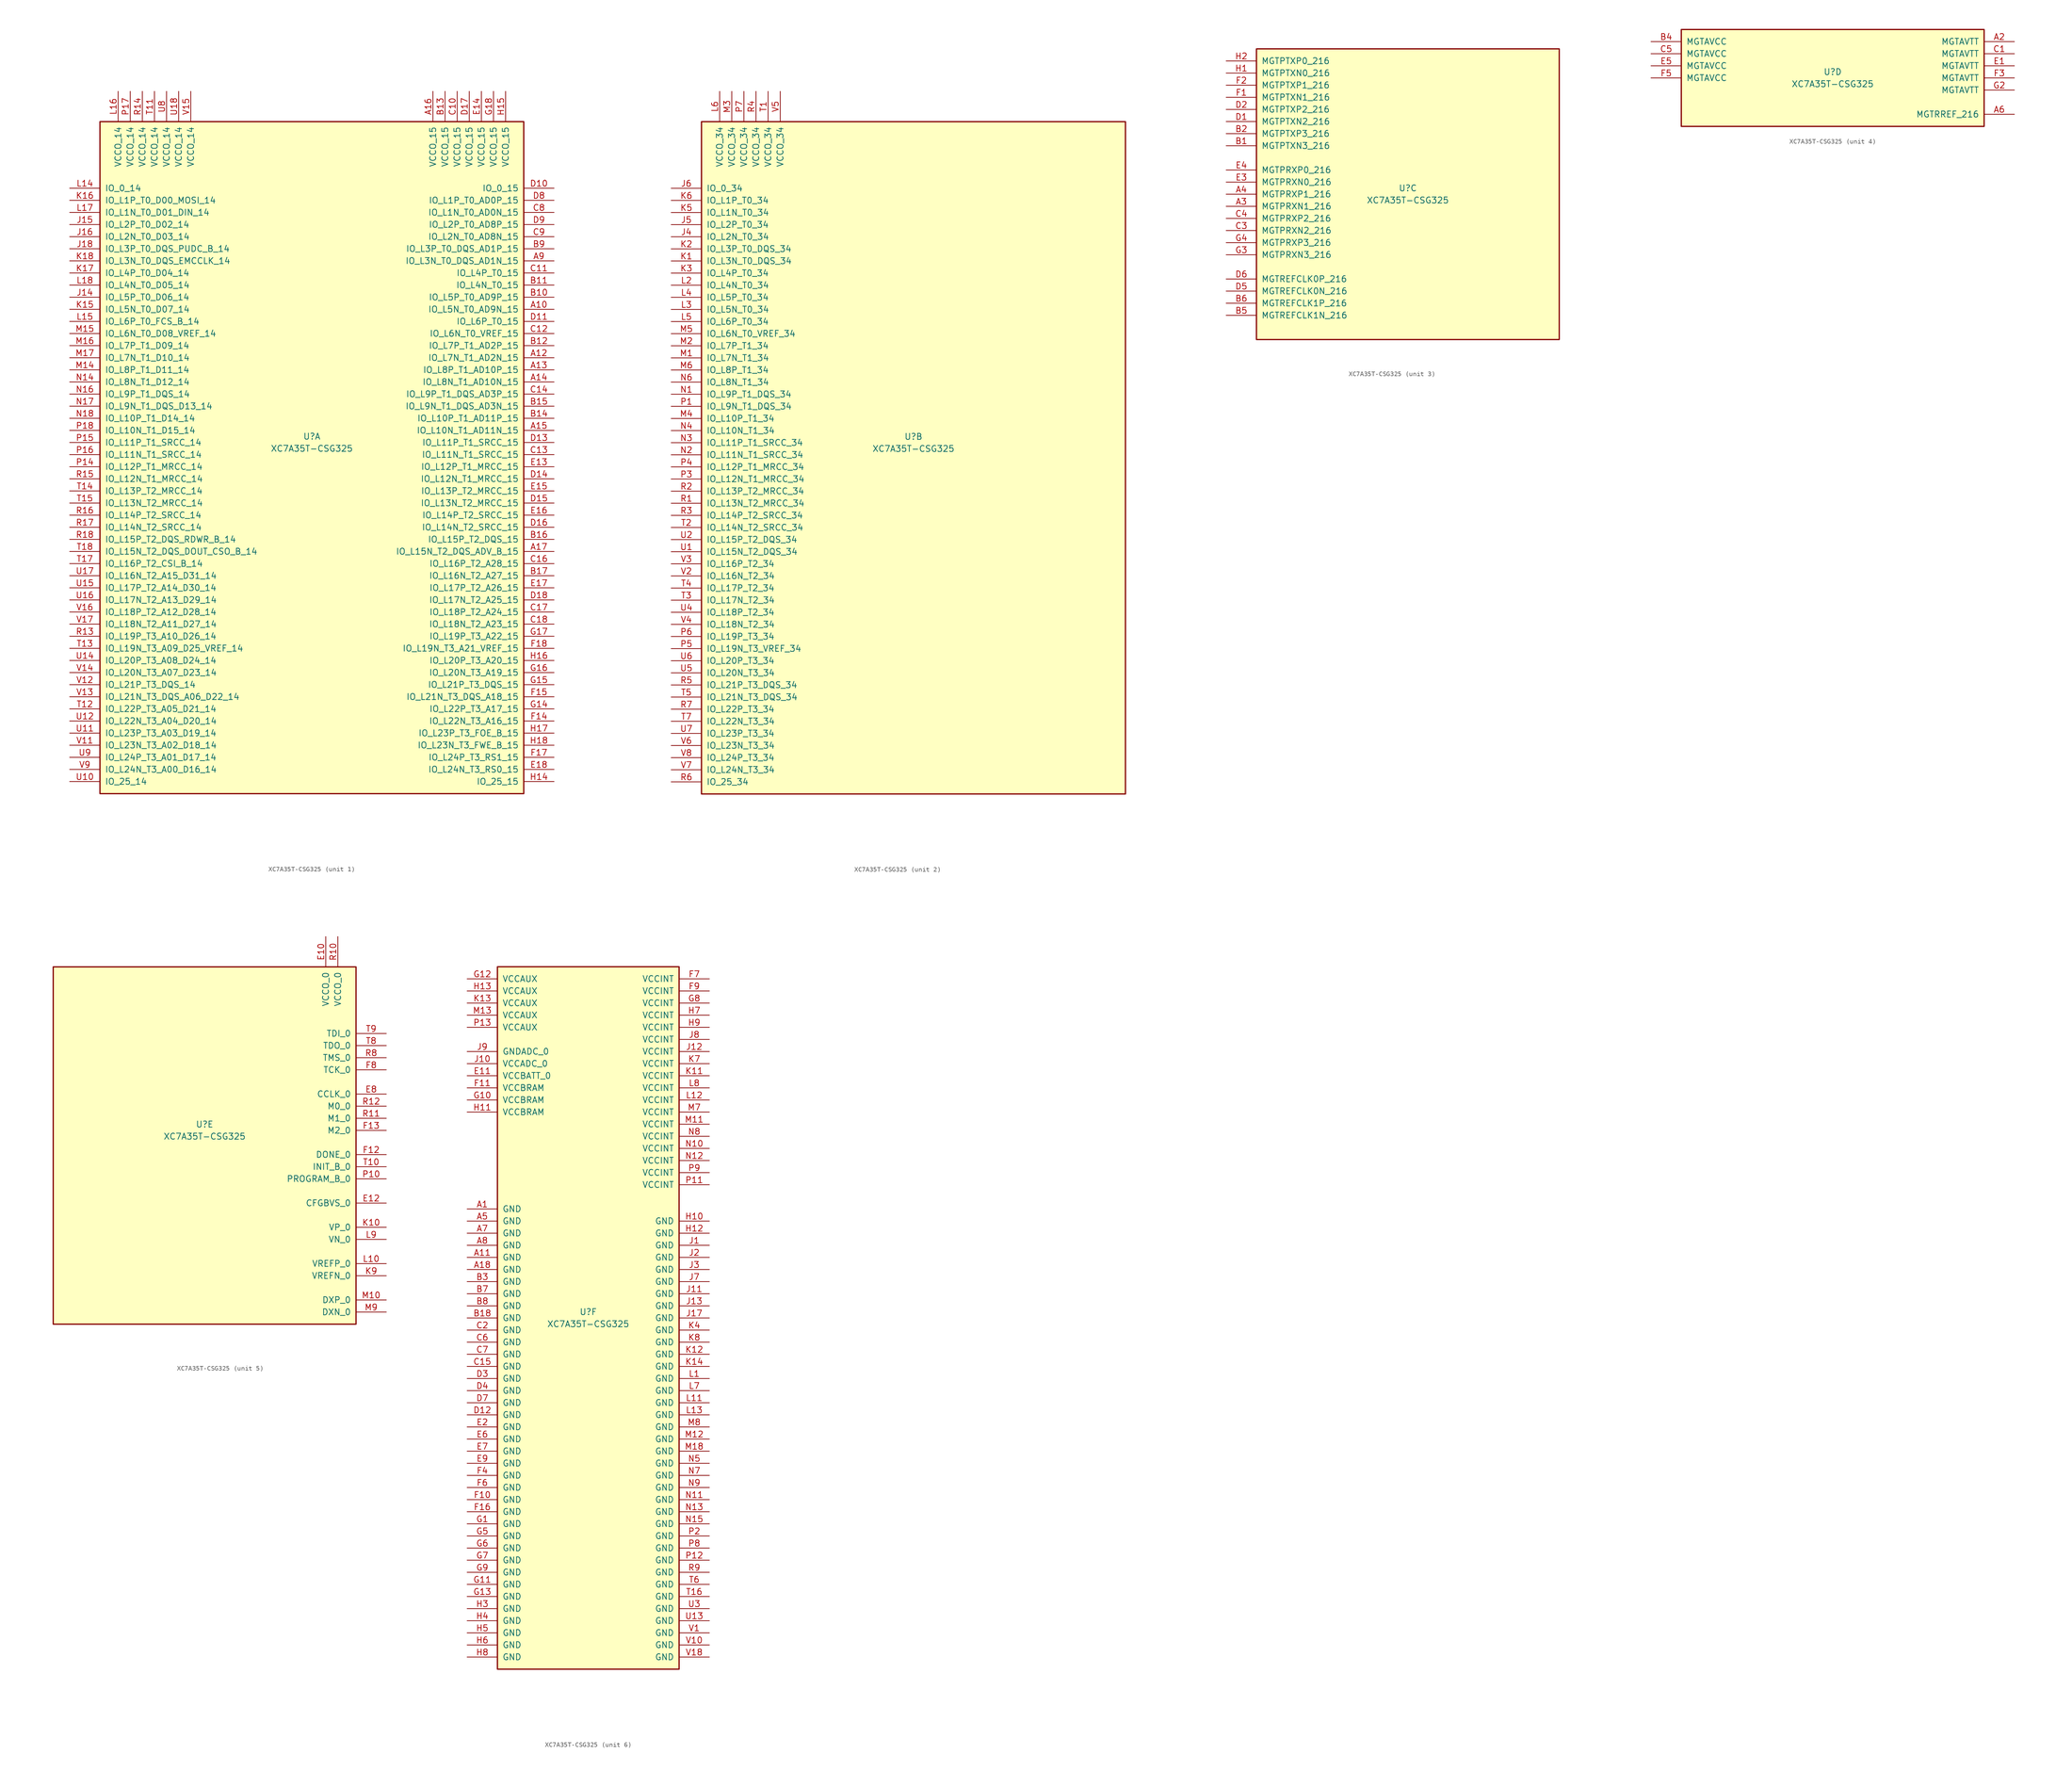
<source format=kicad_sym>
(kicad_symbol_lib
  (version 20201005)
  (generator kicad_symbol_editor)
  (symbol "XC7A35T-CSG325"
    (pin_names
      (offset 1.016))
    (property "Reference" "U"
      (at 0 1.27 0)
      (effects (font (size 1.27 1.27))))
    (property "Value" "XC7A35T-CSG325"
      (at 0 -1.27 0)
      (effects (font (size 1.27 1.27))))
    (property "Datasheet" ""
      (at 0 0 0)
      (effects (font (size 1.27 1.27))))
    (property "ki_locked" ""
      (at 0 0 0)
      (effects (font (size 1.27 1.27))))
    (symbol "XC7A35T-CSG325_1_1"
      (rectangle (start -44.45 67.31) (end 44.45 -73.66) (stroke (width 0.254)) (fill (type background)))
      (pin power_in line (at -40.64 73.66 270) (length 6.35) (name "VCCO_14" (effects (font (size 1.27 1.27)))) (number "L16" (effects (font (size 1.27 1.27)))))
      (pin power_in line (at -38.1 73.66 270) (length 6.35) (name "VCCO_14" (effects (font (size 1.27 1.27)))) (number "P17" (effects (font (size 1.27 1.27)))))
      (pin power_in line (at -35.56 73.66 270) (length 6.35) (name "VCCO_14" (effects (font (size 1.27 1.27)))) (number "R14" (effects (font (size 1.27 1.27)))))
      (pin power_in line (at -33.02 73.66 270) (length 6.35) (name "VCCO_14" (effects (font (size 1.27 1.27)))) (number "T11" (effects (font (size 1.27 1.27)))))
      (pin power_in line (at -30.48 73.66 270) (length 6.35) (name "VCCO_14" (effects (font (size 1.27 1.27)))) (number "U8" (effects (font (size 1.27 1.27)))))
      (pin power_in line (at -27.94 73.66 270) (length 6.35) (name "VCCO_14" (effects (font (size 1.27 1.27)))) (number "U18" (effects (font (size 1.27 1.27)))))
      (pin power_in line (at -25.4 73.66 270) (length 6.35) (name "VCCO_14" (effects (font (size 1.27 1.27)))) (number "V15" (effects (font (size 1.27 1.27)))))
      (pin bidirectional line (at -50.8 53.34 0) (length 6.35) (name "IO_0_14" (effects (font (size 1.27 1.27)))) (number "L14" (effects (font (size 1.27 1.27)))))
      (pin bidirectional line (at -50.8 50.8 0) (length 6.35) (name "IO_L1P_T0_D00_MOSI_14" (effects (font (size 1.27 1.27)))) (number "K16" (effects (font (size 1.27 1.27)))))
      (pin bidirectional line (at -50.8 48.26 0) (length 6.35) (name "IO_L1N_T0_D01_DIN_14" (effects (font (size 1.27 1.27)))) (number "L17" (effects (font (size 1.27 1.27)))))
      (pin bidirectional line (at -50.8 45.72 0) (length 6.35) (name "IO_L2P_T0_D02_14" (effects (font (size 1.27 1.27)))) (number "J15" (effects (font (size 1.27 1.27)))))
      (pin bidirectional line (at -50.8 43.18 0) (length 6.35) (name "IO_L2N_T0_D03_14" (effects (font (size 1.27 1.27)))) (number "J16" (effects (font (size 1.27 1.27)))))
      (pin bidirectional line (at -50.8 40.64 0) (length 6.35) (name "IO_L3P_T0_DQS_PUDC_B_14" (effects (font (size 1.27 1.27)))) (number "J18" (effects (font (size 1.27 1.27)))))
      (pin bidirectional line (at -50.8 38.1 0) (length 6.35) (name "IO_L3N_T0_DQS_EMCCLK_14" (effects (font (size 1.27 1.27)))) (number "K18" (effects (font (size 1.27 1.27)))))
      (pin bidirectional line (at -50.8 35.56 0) (length 6.35) (name "IO_L4P_T0_D04_14" (effects (font (size 1.27 1.27)))) (number "K17" (effects (font (size 1.27 1.27)))))
      (pin bidirectional line (at -50.8 33.02 0) (length 6.35) (name "IO_L4N_T0_D05_14" (effects (font (size 1.27 1.27)))) (number "L18" (effects (font (size 1.27 1.27)))))
      (pin bidirectional line (at -50.8 30.48 0) (length 6.35) (name "IO_L5P_T0_D06_14" (effects (font (size 1.27 1.27)))) (number "J14" (effects (font (size 1.27 1.27)))))
      (pin bidirectional line (at -50.8 27.94 0) (length 6.35) (name "IO_L5N_T0_D07_14" (effects (font (size 1.27 1.27)))) (number "K15" (effects (font (size 1.27 1.27)))))
      (pin bidirectional line (at -50.8 25.4 0) (length 6.35) (name "IO_L6P_T0_FCS_B_14" (effects (font (size 1.27 1.27)))) (number "L15" (effects (font (size 1.27 1.27)))))
      (pin bidirectional line (at -50.8 22.86 0) (length 6.35) (name "IO_L6N_T0_D08_VREF_14" (effects (font (size 1.27 1.27)))) (number "M15" (effects (font (size 1.27 1.27)))))
      (pin bidirectional line (at -50.8 20.32 0) (length 6.35) (name "IO_L7P_T1_D09_14" (effects (font (size 1.27 1.27)))) (number "M16" (effects (font (size 1.27 1.27)))))
      (pin bidirectional line (at -50.8 17.78 0) (length 6.35) (name "IO_L7N_T1_D10_14" (effects (font (size 1.27 1.27)))) (number "M17" (effects (font (size 1.27 1.27)))))
      (pin bidirectional line (at -50.8 15.24 0) (length 6.35) (name "IO_L8P_T1_D11_14" (effects (font (size 1.27 1.27)))) (number "M14" (effects (font (size 1.27 1.27)))))
      (pin bidirectional line (at -50.8 12.7 0) (length 6.35) (name "IO_L8N_T1_D12_14" (effects (font (size 1.27 1.27)))) (number "N14" (effects (font (size 1.27 1.27)))))
      (pin bidirectional line (at -50.8 10.16 0) (length 6.35) (name "IO_L9P_T1_DQS_14" (effects (font (size 1.27 1.27)))) (number "N16" (effects (font (size 1.27 1.27)))))
      (pin bidirectional line (at -50.8 7.62 0) (length 6.35) (name "IO_L9N_T1_DQS_D13_14" (effects (font (size 1.27 1.27)))) (number "N17" (effects (font (size 1.27 1.27)))))
      (pin bidirectional line (at -50.8 5.08 0) (length 6.35) (name "IO_L10P_T1_D14_14" (effects (font (size 1.27 1.27)))) (number "N18" (effects (font (size 1.27 1.27)))))
      (pin bidirectional line (at -50.8 2.54 0) (length 6.35) (name "IO_L10N_T1_D15_14" (effects (font (size 1.27 1.27)))) (number "P18" (effects (font (size 1.27 1.27)))))
      (pin bidirectional line (at -50.8 0 0) (length 6.35) (name "IO_L11P_T1_SRCC_14" (effects (font (size 1.27 1.27)))) (number "P15" (effects (font (size 1.27 1.27)))))
      (pin bidirectional line (at -50.8 -2.54 0) (length 6.35) (name "IO_L11N_T1_SRCC_14" (effects (font (size 1.27 1.27)))) (number "P16" (effects (font (size 1.27 1.27)))))
      (pin bidirectional line (at -50.8 -5.08 0) (length 6.35) (name "IO_L12P_T1_MRCC_14" (effects (font (size 1.27 1.27)))) (number "P14" (effects (font (size 1.27 1.27)))))
      (pin bidirectional line (at -50.8 -7.62 0) (length 6.35) (name "IO_L12N_T1_MRCC_14" (effects (font (size 1.27 1.27)))) (number "R15" (effects (font (size 1.27 1.27)))))
      (pin bidirectional line (at -50.8 -10.16 0) (length 6.35) (name "IO_L13P_T2_MRCC_14" (effects (font (size 1.27 1.27)))) (number "T14" (effects (font (size 1.27 1.27)))))
      (pin bidirectional line (at -50.8 -12.7 0) (length 6.35) (name "IO_L13N_T2_MRCC_14" (effects (font (size 1.27 1.27)))) (number "T15" (effects (font (size 1.27 1.27)))))
      (pin bidirectional line (at -50.8 -15.24 0) (length 6.35) (name "IO_L14P_T2_SRCC_14" (effects (font (size 1.27 1.27)))) (number "R16" (effects (font (size 1.27 1.27)))))
      (pin bidirectional line (at -50.8 -17.78 0) (length 6.35) (name "IO_L14N_T2_SRCC_14" (effects (font (size 1.27 1.27)))) (number "R17" (effects (font (size 1.27 1.27)))))
      (pin bidirectional line (at -50.8 -20.32 0) (length 6.35) (name "IO_L15P_T2_DQS_RDWR_B_14" (effects (font (size 1.27 1.27)))) (number "R18" (effects (font (size 1.27 1.27)))))
      (pin bidirectional line (at -50.8 -22.86 0) (length 6.35) (name "IO_L15N_T2_DQS_DOUT_CSO_B_14" (effects (font (size 1.27 1.27)))) (number "T18" (effects (font (size 1.27 1.27)))))
      (pin bidirectional line (at -50.8 -25.4 0) (length 6.35) (name "IO_L16P_T2_CSI_B_14" (effects (font (size 1.27 1.27)))) (number "T17" (effects (font (size 1.27 1.27)))))
      (pin bidirectional line (at -50.8 -27.94 0) (length 6.35) (name "IO_L16N_T2_A15_D31_14" (effects (font (size 1.27 1.27)))) (number "U17" (effects (font (size 1.27 1.27)))))
      (pin bidirectional line (at -50.8 -30.48 0) (length 6.35) (name "IO_L17P_T2_A14_D30_14" (effects (font (size 1.27 1.27)))) (number "U15" (effects (font (size 1.27 1.27)))))
      (pin bidirectional line (at -50.8 -33.02 0) (length 6.35) (name "IO_L17N_T2_A13_D29_14" (effects (font (size 1.27 1.27)))) (number "U16" (effects (font (size 1.27 1.27)))))
      (pin bidirectional line (at -50.8 -35.56 0) (length 6.35) (name "IO_L18P_T2_A12_D28_14" (effects (font (size 1.27 1.27)))) (number "V16" (effects (font (size 1.27 1.27)))))
      (pin bidirectional line (at -50.8 -38.1 0) (length 6.35) (name "IO_L18N_T2_A11_D27_14" (effects (font (size 1.27 1.27)))) (number "V17" (effects (font (size 1.27 1.27)))))
      (pin bidirectional line (at -50.8 -40.64 0) (length 6.35) (name "IO_L19P_T3_A10_D26_14" (effects (font (size 1.27 1.27)))) (number "R13" (effects (font (size 1.27 1.27)))))
      (pin bidirectional line (at -50.8 -43.18 0) (length 6.35) (name "IO_L19N_T3_A09_D25_VREF_14" (effects (font (size 1.27 1.27)))) (number "T13" (effects (font (size 1.27 1.27)))))
      (pin bidirectional line (at -50.8 -45.72 0) (length 6.35) (name "IO_L20P_T3_A08_D24_14" (effects (font (size 1.27 1.27)))) (number "U14" (effects (font (size 1.27 1.27)))))
      (pin bidirectional line (at -50.8 -48.26 0) (length 6.35) (name "IO_L20N_T3_A07_D23_14" (effects (font (size 1.27 1.27)))) (number "V14" (effects (font (size 1.27 1.27)))))
      (pin bidirectional line (at -50.8 -50.8 0) (length 6.35) (name "IO_L21P_T3_DQS_14" (effects (font (size 1.27 1.27)))) (number "V12" (effects (font (size 1.27 1.27)))))
      (pin bidirectional line (at -50.8 -53.34 0) (length 6.35) (name "IO_L21N_T3_DQS_A06_D22_14" (effects (font (size 1.27 1.27)))) (number "V13" (effects (font (size 1.27 1.27)))))
      (pin bidirectional line (at -50.8 -55.88 0) (length 6.35) (name "IO_L22P_T3_A05_D21_14" (effects (font (size 1.27 1.27)))) (number "T12" (effects (font (size 1.27 1.27)))))
      (pin bidirectional line (at -50.8 -58.42 0) (length 6.35) (name "IO_L22N_T3_A04_D20_14" (effects (font (size 1.27 1.27)))) (number "U12" (effects (font (size 1.27 1.27)))))
      (pin bidirectional line (at -50.8 -60.96 0) (length 6.35) (name "IO_L23P_T3_A03_D19_14" (effects (font (size 1.27 1.27)))) (number "U11" (effects (font (size 1.27 1.27)))))
      (pin bidirectional line (at -50.8 -63.5 0) (length 6.35) (name "IO_L23N_T3_A02_D18_14" (effects (font (size 1.27 1.27)))) (number "V11" (effects (font (size 1.27 1.27)))))
      (pin bidirectional line (at -50.8 -66.04 0) (length 6.35) (name "IO_L24P_T3_A01_D17_14" (effects (font (size 1.27 1.27)))) (number "U9" (effects (font (size 1.27 1.27)))))
      (pin bidirectional line (at -50.8 -68.58 0) (length 6.35) (name "IO_L24N_T3_A00_D16_14" (effects (font (size 1.27 1.27)))) (number "V9" (effects (font (size 1.27 1.27)))))
      (pin bidirectional line (at -50.8 -71.12 0) (length 6.35) (name "IO_25_14" (effects (font (size 1.27 1.27)))) (number "U10" (effects (font (size 1.27 1.27)))))
      (pin power_in line (at 25.4 73.66 270) (length 6.35) (name "VCCO_15" (effects (font (size 1.27 1.27)))) (number "A16" (effects (font (size 1.27 1.27)))))
      (pin power_in line (at 27.94 73.66 270) (length 6.35) (name "VCCO_15" (effects (font (size 1.27 1.27)))) (number "B13" (effects (font (size 1.27 1.27)))))
      (pin power_in line (at 30.48 73.66 270) (length 6.35) (name "VCCO_15" (effects (font (size 1.27 1.27)))) (number "C10" (effects (font (size 1.27 1.27)))))
      (pin power_in line (at 33.02 73.66 270) (length 6.35) (name "VCCO_15" (effects (font (size 1.27 1.27)))) (number "D17" (effects (font (size 1.27 1.27)))))
      (pin power_in line (at 35.56 73.66 270) (length 6.35) (name "VCCO_15" (effects (font (size 1.27 1.27)))) (number "E14" (effects (font (size 1.27 1.27)))))
      (pin power_in line (at 38.1 73.66 270) (length 6.35) (name "VCCO_15" (effects (font (size 1.27 1.27)))) (number "G18" (effects (font (size 1.27 1.27)))))
      (pin power_in line (at 40.64 73.66 270) (length 6.35) (name "VCCO_15" (effects (font (size 1.27 1.27)))) (number "H15" (effects (font (size 1.27 1.27)))))
      (pin bidirectional line (at 50.8 53.34 180) (length 6.35) (name "IO_0_15" (effects (font (size 1.27 1.27)))) (number "D10" (effects (font (size 1.27 1.27)))))
      (pin bidirectional line (at 50.8 50.8 180) (length 6.35) (name "IO_L1P_T0_AD0P_15" (effects (font (size 1.27 1.27)))) (number "D8" (effects (font (size 1.27 1.27)))))
      (pin bidirectional line (at 50.8 48.26 180) (length 6.35) (name "IO_L1N_T0_AD0N_15" (effects (font (size 1.27 1.27)))) (number "C8" (effects (font (size 1.27 1.27)))))
      (pin bidirectional line (at 50.8 45.72 180) (length 6.35) (name "IO_L2P_T0_AD8P_15" (effects (font (size 1.27 1.27)))) (number "D9" (effects (font (size 1.27 1.27)))))
      (pin bidirectional line (at 50.8 43.18 180) (length 6.35) (name "IO_L2N_T0_AD8N_15" (effects (font (size 1.27 1.27)))) (number "C9" (effects (font (size 1.27 1.27)))))
      (pin bidirectional line (at 50.8 40.64 180) (length 6.35) (name "IO_L3P_T0_DQS_AD1P_15" (effects (font (size 1.27 1.27)))) (number "B9" (effects (font (size 1.27 1.27)))))
      (pin bidirectional line (at 50.8 38.1 180) (length 6.35) (name "IO_L3N_T0_DQS_AD1N_15" (effects (font (size 1.27 1.27)))) (number "A9" (effects (font (size 1.27 1.27)))))
      (pin bidirectional line (at 50.8 35.56 180) (length 6.35) (name "IO_L4P_T0_15" (effects (font (size 1.27 1.27)))) (number "C11" (effects (font (size 1.27 1.27)))))
      (pin bidirectional line (at 50.8 33.02 180) (length 6.35) (name "IO_L4N_T0_15" (effects (font (size 1.27 1.27)))) (number "B11" (effects (font (size 1.27 1.27)))))
      (pin bidirectional line (at 50.8 30.48 180) (length 6.35) (name "IO_L5P_T0_AD9P_15" (effects (font (size 1.27 1.27)))) (number "B10" (effects (font (size 1.27 1.27)))))
      (pin bidirectional line (at 50.8 27.94 180) (length 6.35) (name "IO_L5N_T0_AD9N_15" (effects (font (size 1.27 1.27)))) (number "A10" (effects (font (size 1.27 1.27)))))
      (pin bidirectional line (at 50.8 25.4 180) (length 6.35) (name "IO_L6P_T0_15" (effects (font (size 1.27 1.27)))) (number "D11" (effects (font (size 1.27 1.27)))))
      (pin bidirectional line (at 50.8 22.86 180) (length 6.35) (name "IO_L6N_T0_VREF_15" (effects (font (size 1.27 1.27)))) (number "C12" (effects (font (size 1.27 1.27)))))
      (pin bidirectional line (at 50.8 20.32 180) (length 6.35) (name "IO_L7P_T1_AD2P_15" (effects (font (size 1.27 1.27)))) (number "B12" (effects (font (size 1.27 1.27)))))
      (pin bidirectional line (at 50.8 17.78 180) (length 6.35) (name "IO_L7N_T1_AD2N_15" (effects (font (size 1.27 1.27)))) (number "A12" (effects (font (size 1.27 1.27)))))
      (pin bidirectional line (at 50.8 15.24 180) (length 6.35) (name "IO_L8P_T1_AD10P_15" (effects (font (size 1.27 1.27)))) (number "A13" (effects (font (size 1.27 1.27)))))
      (pin bidirectional line (at 50.8 12.7 180) (length 6.35) (name "IO_L8N_T1_AD10N_15" (effects (font (size 1.27 1.27)))) (number "A14" (effects (font (size 1.27 1.27)))))
      (pin bidirectional line (at 50.8 10.16 180) (length 6.35) (name "IO_L9P_T1_DQS_AD3P_15" (effects (font (size 1.27 1.27)))) (number "C14" (effects (font (size 1.27 1.27)))))
      (pin bidirectional line (at 50.8 7.62 180) (length 6.35) (name "IO_L9N_T1_DQS_AD3N_15" (effects (font (size 1.27 1.27)))) (number "B15" (effects (font (size 1.27 1.27)))))
      (pin bidirectional line (at 50.8 5.08 180) (length 6.35) (name "IO_L10P_T1_AD11P_15" (effects (font (size 1.27 1.27)))) (number "B14" (effects (font (size 1.27 1.27)))))
      (pin bidirectional line (at 50.8 2.54 180) (length 6.35) (name "IO_L10N_T1_AD11N_15" (effects (font (size 1.27 1.27)))) (number "A15" (effects (font (size 1.27 1.27)))))
      (pin bidirectional line (at 50.8 0 180) (length 6.35) (name "IO_L11P_T1_SRCC_15" (effects (font (size 1.27 1.27)))) (number "D13" (effects (font (size 1.27 1.27)))))
      (pin bidirectional line (at 50.8 -2.54 180) (length 6.35) (name "IO_L11N_T1_SRCC_15" (effects (font (size 1.27 1.27)))) (number "C13" (effects (font (size 1.27 1.27)))))
      (pin bidirectional line (at 50.8 -5.08 180) (length 6.35) (name "IO_L12P_T1_MRCC_15" (effects (font (size 1.27 1.27)))) (number "E13" (effects (font (size 1.27 1.27)))))
      (pin bidirectional line (at 50.8 -7.62 180) (length 6.35) (name "IO_L12N_T1_MRCC_15" (effects (font (size 1.27 1.27)))) (number "D14" (effects (font (size 1.27 1.27)))))
      (pin bidirectional line (at 50.8 -10.16 180) (length 6.35) (name "IO_L13P_T2_MRCC_15" (effects (font (size 1.27 1.27)))) (number "E15" (effects (font (size 1.27 1.27)))))
      (pin bidirectional line (at 50.8 -12.7 180) (length 6.35) (name "IO_L13N_T2_MRCC_15" (effects (font (size 1.27 1.27)))) (number "D15" (effects (font (size 1.27 1.27)))))
      (pin bidirectional line (at 50.8 -15.24 180) (length 6.35) (name "IO_L14P_T2_SRCC_15" (effects (font (size 1.27 1.27)))) (number "E16" (effects (font (size 1.27 1.27)))))
      (pin bidirectional line (at 50.8 -17.78 180) (length 6.35) (name "IO_L14N_T2_SRCC_15" (effects (font (size 1.27 1.27)))) (number "D16" (effects (font (size 1.27 1.27)))))
      (pin bidirectional line (at 50.8 -20.32 180) (length 6.35) (name "IO_L15P_T2_DQS_15" (effects (font (size 1.27 1.27)))) (number "B16" (effects (font (size 1.27 1.27)))))
      (pin bidirectional line (at 50.8 -22.86 180) (length 6.35) (name "IO_L15N_T2_DQS_ADV_B_15" (effects (font (size 1.27 1.27)))) (number "A17" (effects (font (size 1.27 1.27)))))
      (pin bidirectional line (at 50.8 -25.4 180) (length 6.35) (name "IO_L16P_T2_A28_15" (effects (font (size 1.27 1.27)))) (number "C16" (effects (font (size 1.27 1.27)))))
      (pin bidirectional line (at 50.8 -27.94 180) (length 6.35) (name "IO_L16N_T2_A27_15" (effects (font (size 1.27 1.27)))) (number "B17" (effects (font (size 1.27 1.27)))))
      (pin bidirectional line (at 50.8 -30.48 180) (length 6.35) (name "IO_L17P_T2_A26_15" (effects (font (size 1.27 1.27)))) (number "E17" (effects (font (size 1.27 1.27)))))
      (pin bidirectional line (at 50.8 -33.02 180) (length 6.35) (name "IO_L17N_T2_A25_15" (effects (font (size 1.27 1.27)))) (number "D18" (effects (font (size 1.27 1.27)))))
      (pin bidirectional line (at 50.8 -35.56 180) (length 6.35) (name "IO_L18P_T2_A24_15" (effects (font (size 1.27 1.27)))) (number "C17" (effects (font (size 1.27 1.27)))))
      (pin bidirectional line (at 50.8 -38.1 180) (length 6.35) (name "IO_L18N_T2_A23_15" (effects (font (size 1.27 1.27)))) (number "C18" (effects (font (size 1.27 1.27)))))
      (pin bidirectional line (at 50.8 -40.64 180) (length 6.35) (name "IO_L19P_T3_A22_15" (effects (font (size 1.27 1.27)))) (number "G17" (effects (font (size 1.27 1.27)))))
      (pin bidirectional line (at 50.8 -43.18 180) (length 6.35) (name "IO_L19N_T3_A21_VREF_15" (effects (font (size 1.27 1.27)))) (number "F18" (effects (font (size 1.27 1.27)))))
      (pin bidirectional line (at 50.8 -45.72 180) (length 6.35) (name "IO_L20P_T3_A20_15" (effects (font (size 1.27 1.27)))) (number "H16" (effects (font (size 1.27 1.27)))))
      (pin bidirectional line (at 50.8 -48.26 180) (length 6.35) (name "IO_L20N_T3_A19_15" (effects (font (size 1.27 1.27)))) (number "G16" (effects (font (size 1.27 1.27)))))
      (pin bidirectional line (at 50.8 -50.8 180) (length 6.35) (name "IO_L21P_T3_DQS_15" (effects (font (size 1.27 1.27)))) (number "G15" (effects (font (size 1.27 1.27)))))
      (pin bidirectional line (at 50.8 -53.34 180) (length 6.35) (name "IO_L21N_T3_DQS_A18_15" (effects (font (size 1.27 1.27)))) (number "F15" (effects (font (size 1.27 1.27)))))
      (pin bidirectional line (at 50.8 -55.88 180) (length 6.35) (name "IO_L22P_T3_A17_15" (effects (font (size 1.27 1.27)))) (number "G14" (effects (font (size 1.27 1.27)))))
      (pin bidirectional line (at 50.8 -58.42 180) (length 6.35) (name "IO_L22N_T3_A16_15" (effects (font (size 1.27 1.27)))) (number "F14" (effects (font (size 1.27 1.27)))))
      (pin bidirectional line (at 50.8 -60.96 180) (length 6.35) (name "IO_L23P_T3_FOE_B_15" (effects (font (size 1.27 1.27)))) (number "H17" (effects (font (size 1.27 1.27)))))
      (pin bidirectional line (at 50.8 -63.5 180) (length 6.35) (name "IO_L23N_T3_FWE_B_15" (effects (font (size 1.27 1.27)))) (number "H18" (effects (font (size 1.27 1.27)))))
      (pin bidirectional line (at 50.8 -66.04 180) (length 6.35) (name "IO_L24P_T3_RS1_15" (effects (font (size 1.27 1.27)))) (number "F17" (effects (font (size 1.27 1.27)))))
      (pin bidirectional line (at 50.8 -68.58 180) (length 6.35) (name "IO_L24N_T3_RS0_15" (effects (font (size 1.27 1.27)))) (number "E18" (effects (font (size 1.27 1.27)))))
      (pin bidirectional line (at 50.8 -71.12 180) (length 6.35) (name "IO_25_15" (effects (font (size 1.27 1.27)))) (number "H14" (effects (font (size 1.27 1.27))))))
    (symbol "XC7A35T-CSG325_2_1"
      (rectangle (start -44.45 67.31) (end 44.45 -73.66) (stroke (width 0.254)) (fill (type background)))
      (pin power_in line (at -40.64 73.66 270) (length 6.35) (name "VCCO_34" (effects (font (size 1.27 1.27)))) (number "L6" (effects (font (size 1.27 1.27)))))
      (pin power_in line (at -38.1 73.66 270) (length 6.35) (name "VCCO_34" (effects (font (size 1.27 1.27)))) (number "M3" (effects (font (size 1.27 1.27)))))
      (pin power_in line (at -35.56 73.66 270) (length 6.35) (name "VCCO_34" (effects (font (size 1.27 1.27)))) (number "P7" (effects (font (size 1.27 1.27)))))
      (pin power_in line (at -33.02 73.66 270) (length 6.35) (name "VCCO_34" (effects (font (size 1.27 1.27)))) (number "R4" (effects (font (size 1.27 1.27)))))
      (pin power_in line (at -30.48 73.66 270) (length 6.35) (name "VCCO_34" (effects (font (size 1.27 1.27)))) (number "T1" (effects (font (size 1.27 1.27)))))
      (pin power_in line (at -27.94 73.66 270) (length 6.35) (name "VCCO_34" (effects (font (size 1.27 1.27)))) (number "V5" (effects (font (size 1.27 1.27)))))
      (pin bidirectional line (at -50.8 53.34 0) (length 6.35) (name "IO_0_34" (effects (font (size 1.27 1.27)))) (number "J6" (effects (font (size 1.27 1.27)))))
      (pin bidirectional line (at -50.8 50.8 0) (length 6.35) (name "IO_L1P_T0_34" (effects (font (size 1.27 1.27)))) (number "K6" (effects (font (size 1.27 1.27)))))
      (pin bidirectional line (at -50.8 48.26 0) (length 6.35) (name "IO_L1N_T0_34" (effects (font (size 1.27 1.27)))) (number "K5" (effects (font (size 1.27 1.27)))))
      (pin bidirectional line (at -50.8 45.72 0) (length 6.35) (name "IO_L2P_T0_34" (effects (font (size 1.27 1.27)))) (number "J5" (effects (font (size 1.27 1.27)))))
      (pin bidirectional line (at -50.8 43.18 0) (length 6.35) (name "IO_L2N_T0_34" (effects (font (size 1.27 1.27)))) (number "J4" (effects (font (size 1.27 1.27)))))
      (pin bidirectional line (at -50.8 40.64 0) (length 6.35) (name "IO_L3P_T0_DQS_34" (effects (font (size 1.27 1.27)))) (number "K2" (effects (font (size 1.27 1.27)))))
      (pin bidirectional line (at -50.8 38.1 0) (length 6.35) (name "IO_L3N_T0_DQS_34" (effects (font (size 1.27 1.27)))) (number "K1" (effects (font (size 1.27 1.27)))))
      (pin bidirectional line (at -50.8 35.56 0) (length 6.35) (name "IO_L4P_T0_34" (effects (font (size 1.27 1.27)))) (number "K3" (effects (font (size 1.27 1.27)))))
      (pin bidirectional line (at -50.8 33.02 0) (length 6.35) (name "IO_L4N_T0_34" (effects (font (size 1.27 1.27)))) (number "L2" (effects (font (size 1.27 1.27)))))
      (pin bidirectional line (at -50.8 30.48 0) (length 6.35) (name "IO_L5P_T0_34" (effects (font (size 1.27 1.27)))) (number "L4" (effects (font (size 1.27 1.27)))))
      (pin bidirectional line (at -50.8 27.94 0) (length 6.35) (name "IO_L5N_T0_34" (effects (font (size 1.27 1.27)))) (number "L3" (effects (font (size 1.27 1.27)))))
      (pin bidirectional line (at -50.8 25.4 0) (length 6.35) (name "IO_L6P_T0_34" (effects (font (size 1.27 1.27)))) (number "L5" (effects (font (size 1.27 1.27)))))
      (pin bidirectional line (at -50.8 22.86 0) (length 6.35) (name "IO_L6N_T0_VREF_34" (effects (font (size 1.27 1.27)))) (number "M5" (effects (font (size 1.27 1.27)))))
      (pin bidirectional line (at -50.8 20.32 0) (length 6.35) (name "IO_L7P_T1_34" (effects (font (size 1.27 1.27)))) (number "M2" (effects (font (size 1.27 1.27)))))
      (pin bidirectional line (at -50.8 17.78 0) (length 6.35) (name "IO_L7N_T1_34" (effects (font (size 1.27 1.27)))) (number "M1" (effects (font (size 1.27 1.27)))))
      (pin bidirectional line (at -50.8 15.24 0) (length 6.35) (name "IO_L8P_T1_34" (effects (font (size 1.27 1.27)))) (number "M6" (effects (font (size 1.27 1.27)))))
      (pin bidirectional line (at -50.8 12.7 0) (length 6.35) (name "IO_L8N_T1_34" (effects (font (size 1.27 1.27)))) (number "N6" (effects (font (size 1.27 1.27)))))
      (pin bidirectional line (at -50.8 10.16 0) (length 6.35) (name "IO_L9P_T1_DQS_34" (effects (font (size 1.27 1.27)))) (number "N1" (effects (font (size 1.27 1.27)))))
      (pin bidirectional line (at -50.8 7.62 0) (length 6.35) (name "IO_L9N_T1_DQS_34" (effects (font (size 1.27 1.27)))) (number "P1" (effects (font (size 1.27 1.27)))))
      (pin bidirectional line (at -50.8 5.08 0) (length 6.35) (name "IO_L10P_T1_34" (effects (font (size 1.27 1.27)))) (number "M4" (effects (font (size 1.27 1.27)))))
      (pin bidirectional line (at -50.8 2.54 0) (length 6.35) (name "IO_L10N_T1_34" (effects (font (size 1.27 1.27)))) (number "N4" (effects (font (size 1.27 1.27)))))
      (pin bidirectional line (at -50.8 0 0) (length 6.35) (name "IO_L11P_T1_SRCC_34" (effects (font (size 1.27 1.27)))) (number "N3" (effects (font (size 1.27 1.27)))))
      (pin bidirectional line (at -50.8 -2.54 0) (length 6.35) (name "IO_L11N_T1_SRCC_34" (effects (font (size 1.27 1.27)))) (number "N2" (effects (font (size 1.27 1.27)))))
      (pin bidirectional line (at -50.8 -5.08 0) (length 6.35) (name "IO_L12P_T1_MRCC_34" (effects (font (size 1.27 1.27)))) (number "P4" (effects (font (size 1.27 1.27)))))
      (pin bidirectional line (at -50.8 -7.62 0) (length 6.35) (name "IO_L12N_T1_MRCC_34" (effects (font (size 1.27 1.27)))) (number "P3" (effects (font (size 1.27 1.27)))))
      (pin bidirectional line (at -50.8 -10.16 0) (length 6.35) (name "IO_L13P_T2_MRCC_34" (effects (font (size 1.27 1.27)))) (number "R2" (effects (font (size 1.27 1.27)))))
      (pin bidirectional line (at -50.8 -12.7 0) (length 6.35) (name "IO_L13N_T2_MRCC_34" (effects (font (size 1.27 1.27)))) (number "R1" (effects (font (size 1.27 1.27)))))
      (pin bidirectional line (at -50.8 -15.24 0) (length 6.35) (name "IO_L14P_T2_SRCC_34" (effects (font (size 1.27 1.27)))) (number "R3" (effects (font (size 1.27 1.27)))))
      (pin bidirectional line (at -50.8 -17.78 0) (length 6.35) (name "IO_L14N_T2_SRCC_34" (effects (font (size 1.27 1.27)))) (number "T2" (effects (font (size 1.27 1.27)))))
      (pin bidirectional line (at -50.8 -20.32 0) (length 6.35) (name "IO_L15P_T2_DQS_34" (effects (font (size 1.27 1.27)))) (number "U2" (effects (font (size 1.27 1.27)))))
      (pin bidirectional line (at -50.8 -22.86 0) (length 6.35) (name "IO_L15N_T2_DQS_34" (effects (font (size 1.27 1.27)))) (number "U1" (effects (font (size 1.27 1.27)))))
      (pin bidirectional line (at -50.8 -25.4 0) (length 6.35) (name "IO_L16P_T2_34" (effects (font (size 1.27 1.27)))) (number "V3" (effects (font (size 1.27 1.27)))))
      (pin bidirectional line (at -50.8 -27.94 0) (length 6.35) (name "IO_L16N_T2_34" (effects (font (size 1.27 1.27)))) (number "V2" (effects (font (size 1.27 1.27)))))
      (pin bidirectional line (at -50.8 -30.48 0) (length 6.35) (name "IO_L17P_T2_34" (effects (font (size 1.27 1.27)))) (number "T4" (effects (font (size 1.27 1.27)))))
      (pin bidirectional line (at -50.8 -33.02 0) (length 6.35) (name "IO_L17N_T2_34" (effects (font (size 1.27 1.27)))) (number "T3" (effects (font (size 1.27 1.27)))))
      (pin bidirectional line (at -50.8 -35.56 0) (length 6.35) (name "IO_L18P_T2_34" (effects (font (size 1.27 1.27)))) (number "U4" (effects (font (size 1.27 1.27)))))
      (pin bidirectional line (at -50.8 -38.1 0) (length 6.35) (name "IO_L18N_T2_34" (effects (font (size 1.27 1.27)))) (number "V4" (effects (font (size 1.27 1.27)))))
      (pin bidirectional line (at -50.8 -40.64 0) (length 6.35) (name "IO_L19P_T3_34" (effects (font (size 1.27 1.27)))) (number "P6" (effects (font (size 1.27 1.27)))))
      (pin bidirectional line (at -50.8 -43.18 0) (length 6.35) (name "IO_L19N_T3_VREF_34" (effects (font (size 1.27 1.27)))) (number "P5" (effects (font (size 1.27 1.27)))))
      (pin bidirectional line (at -50.8 -45.72 0) (length 6.35) (name "IO_L20P_T3_34" (effects (font (size 1.27 1.27)))) (number "U6" (effects (font (size 1.27 1.27)))))
      (pin bidirectional line (at -50.8 -48.26 0) (length 6.35) (name "IO_L20N_T3_34" (effects (font (size 1.27 1.27)))) (number "U5" (effects (font (size 1.27 1.27)))))
      (pin bidirectional line (at -50.8 -50.8 0) (length 6.35) (name "IO_L21P_T3_DQS_34" (effects (font (size 1.27 1.27)))) (number "R5" (effects (font (size 1.27 1.27)))))
      (pin bidirectional line (at -50.8 -53.34 0) (length 6.35) (name "IO_L21N_T3_DQS_34" (effects (font (size 1.27 1.27)))) (number "T5" (effects (font (size 1.27 1.27)))))
      (pin bidirectional line (at -50.8 -55.88 0) (length 6.35) (name "IO_L22P_T3_34" (effects (font (size 1.27 1.27)))) (number "R7" (effects (font (size 1.27 1.27)))))
      (pin bidirectional line (at -50.8 -58.42 0) (length 6.35) (name "IO_L22N_T3_34" (effects (font (size 1.27 1.27)))) (number "T7" (effects (font (size 1.27 1.27)))))
      (pin bidirectional line (at -50.8 -60.96 0) (length 6.35) (name "IO_L23P_T3_34" (effects (font (size 1.27 1.27)))) (number "U7" (effects (font (size 1.27 1.27)))))
      (pin bidirectional line (at -50.8 -63.5 0) (length 6.35) (name "IO_L23N_T3_34" (effects (font (size 1.27 1.27)))) (number "V6" (effects (font (size 1.27 1.27)))))
      (pin bidirectional line (at -50.8 -66.04 0) (length 6.35) (name "IO_L24P_T3_34" (effects (font (size 1.27 1.27)))) (number "V8" (effects (font (size 1.27 1.27)))))
      (pin bidirectional line (at -50.8 -68.58 0) (length 6.35) (name "IO_L24N_T3_34" (effects (font (size 1.27 1.27)))) (number "V7" (effects (font (size 1.27 1.27)))))
      (pin bidirectional line (at -50.8 -71.12 0) (length 6.35) (name "IO_25_34" (effects (font (size 1.27 1.27)))) (number "R6" (effects (font (size 1.27 1.27))))))
    (symbol "XC7A35T-CSG325_3_1"
      (rectangle (start -31.75 30.48) (end 31.75 -30.48) (stroke (width 0.254)) (fill (type background)))
      (pin bidirectional line (at -38.1 27.94 0) (length 6.35) (name "MGTPTXP0_216" (effects (font (size 1.27 1.27)))) (number "H2" (effects (font (size 1.27 1.27)))))
      (pin bidirectional line (at -38.1 25.4 0) (length 6.35) (name "MGTPTXN0_216" (effects (font (size 1.27 1.27)))) (number "H1" (effects (font (size 1.27 1.27)))))
      (pin bidirectional line (at -38.1 22.86 0) (length 6.35) (name "MGTPTXP1_216" (effects (font (size 1.27 1.27)))) (number "F2" (effects (font (size 1.27 1.27)))))
      (pin bidirectional line (at -38.1 20.32 0) (length 6.35) (name "MGTPTXN1_216" (effects (font (size 1.27 1.27)))) (number "F1" (effects (font (size 1.27 1.27)))))
      (pin bidirectional line (at -38.1 17.78 0) (length 6.35) (name "MGTPTXP2_216" (effects (font (size 1.27 1.27)))) (number "D2" (effects (font (size 1.27 1.27)))))
      (pin bidirectional line (at -38.1 15.24 0) (length 6.35) (name "MGTPTXN2_216" (effects (font (size 1.27 1.27)))) (number "D1" (effects (font (size 1.27 1.27)))))
      (pin bidirectional line (at -38.1 12.7 0) (length 6.35) (name "MGTPTXP3_216" (effects (font (size 1.27 1.27)))) (number "B2" (effects (font (size 1.27 1.27)))))
      (pin bidirectional line (at -38.1 10.16 0) (length 6.35) (name "MGTPTXN3_216" (effects (font (size 1.27 1.27)))) (number "B1" (effects (font (size 1.27 1.27)))))
      (pin bidirectional line (at -38.1 5.08 0) (length 6.35) (name "MGTPRXP0_216" (effects (font (size 1.27 1.27)))) (number "E4" (effects (font (size 1.27 1.27)))))
      (pin bidirectional line (at -38.1 2.54 0) (length 6.35) (name "MGTPRXN0_216" (effects (font (size 1.27 1.27)))) (number "E3" (effects (font (size 1.27 1.27)))))
      (pin bidirectional line (at -38.1 0 0) (length 6.35) (name "MGTPRXP1_216" (effects (font (size 1.27 1.27)))) (number "A4" (effects (font (size 1.27 1.27)))))
      (pin bidirectional line (at -38.1 -2.54 0) (length 6.35) (name "MGTPRXN1_216" (effects (font (size 1.27 1.27)))) (number "A3" (effects (font (size 1.27 1.27)))))
      (pin bidirectional line (at -38.1 -5.08 0) (length 6.35) (name "MGTPRXP2_216" (effects (font (size 1.27 1.27)))) (number "C4" (effects (font (size 1.27 1.27)))))
      (pin bidirectional line (at -38.1 -7.62 0) (length 6.35) (name "MGTPRXN2_216" (effects (font (size 1.27 1.27)))) (number "C3" (effects (font (size 1.27 1.27)))))
      (pin bidirectional line (at -38.1 -10.16 0) (length 6.35) (name "MGTPRXP3_216" (effects (font (size 1.27 1.27)))) (number "G4" (effects (font (size 1.27 1.27)))))
      (pin bidirectional line (at -38.1 -12.7 0) (length 6.35) (name "MGTPRXN3_216" (effects (font (size 1.27 1.27)))) (number "G3" (effects (font (size 1.27 1.27)))))
      (pin bidirectional line (at -38.1 -17.78 0) (length 6.35) (name "MGTREFCLK0P_216" (effects (font (size 1.27 1.27)))) (number "D6" (effects (font (size 1.27 1.27)))))
      (pin bidirectional line (at -38.1 -20.32 0) (length 6.35) (name "MGTREFCLK0N_216" (effects (font (size 1.27 1.27)))) (number "D5" (effects (font (size 1.27 1.27)))))
      (pin bidirectional line (at -38.1 -22.86 0) (length 6.35) (name "MGTREFCLK1P_216" (effects (font (size 1.27 1.27)))) (number "B6" (effects (font (size 1.27 1.27)))))
      (pin bidirectional line (at -38.1 -25.4 0) (length 6.35) (name "MGTREFCLK1N_216" (effects (font (size 1.27 1.27)))) (number "B5" (effects (font (size 1.27 1.27))))))
    (symbol "XC7A35T-CSG325_4_1"
      (rectangle (start -31.75 10.16) (end 31.75 -10.16) (stroke (width 0.254)) (fill (type background)))
      (pin power_in line (at -38.1 7.62 0) (length 6.35) (name "MGTAVCC" (effects (font (size 1.27 1.27)))) (number "B4" (effects (font (size 1.27 1.27)))))
      (pin power_in line (at -38.1 5.08 0) (length 6.35) (name "MGTAVCC" (effects (font (size 1.27 1.27)))) (number "C5" (effects (font (size 1.27 1.27)))))
      (pin power_in line (at -38.1 2.54 0) (length 6.35) (name "MGTAVCC" (effects (font (size 1.27 1.27)))) (number "E5" (effects (font (size 1.27 1.27)))))
      (pin power_in line (at -38.1 0 0) (length 6.35) (name "MGTAVCC" (effects (font (size 1.27 1.27)))) (number "F5" (effects (font (size 1.27 1.27)))))
      (pin power_in line (at 38.1 7.62 180) (length 6.35) (name "MGTAVTT" (effects (font (size 1.27 1.27)))) (number "A2" (effects (font (size 1.27 1.27)))))
      (pin power_in line (at 38.1 5.08 180) (length 6.35) (name "MGTAVTT" (effects (font (size 1.27 1.27)))) (number "C1" (effects (font (size 1.27 1.27)))))
      (pin power_in line (at 38.1 2.54 180) (length 6.35) (name "MGTAVTT" (effects (font (size 1.27 1.27)))) (number "E1" (effects (font (size 1.27 1.27)))))
      (pin power_in line (at 38.1 0 180) (length 6.35) (name "MGTAVTT" (effects (font (size 1.27 1.27)))) (number "F3" (effects (font (size 1.27 1.27)))))
      (pin power_in line (at 38.1 -2.54 180) (length 6.35) (name "MGTAVTT" (effects (font (size 1.27 1.27)))) (number "G2" (effects (font (size 1.27 1.27)))))
      (pin power_in line (at 38.1 -7.62 180) (length 6.35) (name "MGTRREF_216" (effects (font (size 1.27 1.27)))) (number "A6" (effects (font (size 1.27 1.27))))))
    (symbol "XC7A35T-CSG325_5_1"
      (rectangle (start -31.75 34.29) (end 31.75 -40.64) (stroke (width 0.254)) (fill (type background)))
      (pin power_in line (at 25.4 40.64 270) (length 6.35) (name "VCCO_0" (effects (font (size 1.27 1.27)))) (number "E10" (effects (font (size 1.27 1.27)))))
      (pin power_in line (at 27.94 40.64 270) (length 6.35) (name "VCCO_0" (effects (font (size 1.27 1.27)))) (number "R10" (effects (font (size 1.27 1.27)))))
      (pin bidirectional line (at 38.1 20.32 180) (length 6.35) (name "TDI_0" (effects (font (size 1.27 1.27)))) (number "T9" (effects (font (size 1.27 1.27)))))
      (pin bidirectional line (at 38.1 17.78 180) (length 6.35) (name "TDO_0" (effects (font (size 1.27 1.27)))) (number "T8" (effects (font (size 1.27 1.27)))))
      (pin bidirectional line (at 38.1 15.24 180) (length 6.35) (name "TMS_0" (effects (font (size 1.27 1.27)))) (number "R8" (effects (font (size 1.27 1.27)))))
      (pin bidirectional line (at 38.1 12.7 180) (length 6.35) (name "TCK_0" (effects (font (size 1.27 1.27)))) (number "F8" (effects (font (size 1.27 1.27)))))
      (pin bidirectional line (at 38.1 7.62 180) (length 6.35) (name "CCLK_0" (effects (font (size 1.27 1.27)))) (number "E8" (effects (font (size 1.27 1.27)))))
      (pin bidirectional line (at 38.1 5.08 180) (length 6.35) (name "M0_0" (effects (font (size 1.27 1.27)))) (number "R12" (effects (font (size 1.27 1.27)))))
      (pin bidirectional line (at 38.1 2.54 180) (length 6.35) (name "M1_0" (effects (font (size 1.27 1.27)))) (number "R11" (effects (font (size 1.27 1.27)))))
      (pin bidirectional line (at 38.1 0 180) (length 6.35) (name "M2_0" (effects (font (size 1.27 1.27)))) (number "F13" (effects (font (size 1.27 1.27)))))
      (pin bidirectional line (at 38.1 -5.08 180) (length 6.35) (name "DONE_0" (effects (font (size 1.27 1.27)))) (number "F12" (effects (font (size 1.27 1.27)))))
      (pin bidirectional line (at 38.1 -7.62 180) (length 6.35) (name "INIT_B_0" (effects (font (size 1.27 1.27)))) (number "T10" (effects (font (size 1.27 1.27)))))
      (pin bidirectional line (at 38.1 -10.16 180) (length 6.35) (name "PROGRAM_B_0" (effects (font (size 1.27 1.27)))) (number "P10" (effects (font (size 1.27 1.27)))))
      (pin bidirectional line (at 38.1 -15.24 180) (length 6.35) (name "CFGBVS_0" (effects (font (size 1.27 1.27)))) (number "E12" (effects (font (size 1.27 1.27)))))
      (pin bidirectional line (at 38.1 -20.32 180) (length 6.35) (name "VP_0" (effects (font (size 1.27 1.27)))) (number "K10" (effects (font (size 1.27 1.27)))))
      (pin bidirectional line (at 38.1 -22.86 180) (length 6.35) (name "VN_0" (effects (font (size 1.27 1.27)))) (number "L9" (effects (font (size 1.27 1.27)))))
      (pin bidirectional line (at 38.1 -27.94 180) (length 6.35) (name "VREFP_0" (effects (font (size 1.27 1.27)))) (number "L10" (effects (font (size 1.27 1.27)))))
      (pin bidirectional line (at 38.1 -30.48 180) (length 6.35) (name "VREFN_0" (effects (font (size 1.27 1.27)))) (number "K9" (effects (font (size 1.27 1.27)))))
      (pin bidirectional line (at 38.1 -35.56 180) (length 6.35) (name "DXP_0" (effects (font (size 1.27 1.27)))) (number "M10" (effects (font (size 1.27 1.27)))))
      (pin bidirectional line (at 38.1 -38.1 180) (length 6.35) (name "DXN_0" (effects (font (size 1.27 1.27)))) (number "M9" (effects (font (size 1.27 1.27))))))
    (symbol "XC7A35T-CSG325_6_1"
      (rectangle (start -19.05 73.66) (end 19.05 -73.66) (stroke (width 0.254)) (fill (type background)))
      (pin power_in line (at -25.4 71.12 0) (length 6.35) (name "VCCAUX" (effects (font (size 1.27 1.27)))) (number "G12" (effects (font (size 1.27 1.27)))))
      (pin power_in line (at -25.4 68.58 0) (length 6.35) (name "VCCAUX" (effects (font (size 1.27 1.27)))) (number "H13" (effects (font (size 1.27 1.27)))))
      (pin power_in line (at -25.4 66.04 0) (length 6.35) (name "VCCAUX" (effects (font (size 1.27 1.27)))) (number "K13" (effects (font (size 1.27 1.27)))))
      (pin power_in line (at -25.4 63.5 0) (length 6.35) (name "VCCAUX" (effects (font (size 1.27 1.27)))) (number "M13" (effects (font (size 1.27 1.27)))))
      (pin power_in line (at -25.4 60.96 0) (length 6.35) (name "VCCAUX" (effects (font (size 1.27 1.27)))) (number "P13" (effects (font (size 1.27 1.27)))))
      (pin power_in line (at -25.4 55.88 0) (length 6.35) (name "GNDADC_0" (effects (font (size 1.27 1.27)))) (number "J9" (effects (font (size 1.27 1.27)))))
      (pin power_in line (at -25.4 53.34 0) (length 6.35) (name "VCCADC_0" (effects (font (size 1.27 1.27)))) (number "J10" (effects (font (size 1.27 1.27)))))
      (pin power_in line (at -25.4 50.8 0) (length 6.35) (name "VCCBATT_0" (effects (font (size 1.27 1.27)))) (number "E11" (effects (font (size 1.27 1.27)))))
      (pin power_in line (at -25.4 48.26 0) (length 6.35) (name "VCCBRAM" (effects (font (size 1.27 1.27)))) (number "F11" (effects (font (size 1.27 1.27)))))
      (pin power_in line (at -25.4 45.72 0) (length 6.35) (name "VCCBRAM" (effects (font (size 1.27 1.27)))) (number "G10" (effects (font (size 1.27 1.27)))))
      (pin power_in line (at -25.4 43.18 0) (length 6.35) (name "VCCBRAM" (effects (font (size 1.27 1.27)))) (number "H11" (effects (font (size 1.27 1.27)))))
      (pin power_in line (at -25.4 22.86 0) (length 6.35) (name "GND" (effects (font (size 1.27 1.27)))) (number "A1" (effects (font (size 1.27 1.27)))))
      (pin power_in line (at -25.4 20.32 0) (length 6.35) (name "GND" (effects (font (size 1.27 1.27)))) (number "A5" (effects (font (size 1.27 1.27)))))
      (pin power_in line (at -25.4 17.78 0) (length 6.35) (name "GND" (effects (font (size 1.27 1.27)))) (number "A7" (effects (font (size 1.27 1.27)))))
      (pin power_in line (at -25.4 15.24 0) (length 6.35) (name "GND" (effects (font (size 1.27 1.27)))) (number "A8" (effects (font (size 1.27 1.27)))))
      (pin power_in line (at -25.4 12.7 0) (length 6.35) (name "GND" (effects (font (size 1.27 1.27)))) (number "A11" (effects (font (size 1.27 1.27)))))
      (pin power_in line (at -25.4 10.16 0) (length 6.35) (name "GND" (effects (font (size 1.27 1.27)))) (number "A18" (effects (font (size 1.27 1.27)))))
      (pin power_in line (at -25.4 7.62 0) (length 6.35) (name "GND" (effects (font (size 1.27 1.27)))) (number "B3" (effects (font (size 1.27 1.27)))))
      (pin power_in line (at -25.4 5.08 0) (length 6.35) (name "GND" (effects (font (size 1.27 1.27)))) (number "B7" (effects (font (size 1.27 1.27)))))
      (pin power_in line (at -25.4 2.54 0) (length 6.35) (name "GND" (effects (font (size 1.27 1.27)))) (number "B8" (effects (font (size 1.27 1.27)))))
      (pin power_in line (at -25.4 0 0) (length 6.35) (name "GND" (effects (font (size 1.27 1.27)))) (number "B18" (effects (font (size 1.27 1.27)))))
      (pin power_in line (at -25.4 -2.54 0) (length 6.35) (name "GND" (effects (font (size 1.27 1.27)))) (number "C2" (effects (font (size 1.27 1.27)))))
      (pin power_in line (at -25.4 -5.08 0) (length 6.35) (name "GND" (effects (font (size 1.27 1.27)))) (number "C6" (effects (font (size 1.27 1.27)))))
      (pin power_in line (at -25.4 -7.62 0) (length 6.35) (name "GND" (effects (font (size 1.27 1.27)))) (number "C7" (effects (font (size 1.27 1.27)))))
      (pin power_in line (at -25.4 -10.16 0) (length 6.35) (name "GND" (effects (font (size 1.27 1.27)))) (number "C15" (effects (font (size 1.27 1.27)))))
      (pin power_in line (at -25.4 -12.7 0) (length 6.35) (name "GND" (effects (font (size 1.27 1.27)))) (number "D3" (effects (font (size 1.27 1.27)))))
      (pin power_in line (at -25.4 -15.24 0) (length 6.35) (name "GND" (effects (font (size 1.27 1.27)))) (number "D4" (effects (font (size 1.27 1.27)))))
      (pin power_in line (at -25.4 -17.78 0) (length 6.35) (name "GND" (effects (font (size 1.27 1.27)))) (number "D7" (effects (font (size 1.27 1.27)))))
      (pin power_in line (at -25.4 -20.32 0) (length 6.35) (name "GND" (effects (font (size 1.27 1.27)))) (number "D12" (effects (font (size 1.27 1.27)))))
      (pin power_in line (at -25.4 -22.86 0) (length 6.35) (name "GND" (effects (font (size 1.27 1.27)))) (number "E2" (effects (font (size 1.27 1.27)))))
      (pin power_in line (at -25.4 -25.4 0) (length 6.35) (name "GND" (effects (font (size 1.27 1.27)))) (number "E6" (effects (font (size 1.27 1.27)))))
      (pin power_in line (at -25.4 -27.94 0) (length 6.35) (name "GND" (effects (font (size 1.27 1.27)))) (number "E7" (effects (font (size 1.27 1.27)))))
      (pin power_in line (at -25.4 -30.48 0) (length 6.35) (name "GND" (effects (font (size 1.27 1.27)))) (number "E9" (effects (font (size 1.27 1.27)))))
      (pin power_in line (at -25.4 -33.02 0) (length 6.35) (name "GND" (effects (font (size 1.27 1.27)))) (number "F4" (effects (font (size 1.27 1.27)))))
      (pin power_in line (at -25.4 -35.56 0) (length 6.35) (name "GND" (effects (font (size 1.27 1.27)))) (number "F6" (effects (font (size 1.27 1.27)))))
      (pin power_in line (at -25.4 -38.1 0) (length 6.35) (name "GND" (effects (font (size 1.27 1.27)))) (number "F10" (effects (font (size 1.27 1.27)))))
      (pin power_in line (at -25.4 -40.64 0) (length 6.35) (name "GND" (effects (font (size 1.27 1.27)))) (number "F16" (effects (font (size 1.27 1.27)))))
      (pin power_in line (at -25.4 -43.18 0) (length 6.35) (name "GND" (effects (font (size 1.27 1.27)))) (number "G1" (effects (font (size 1.27 1.27)))))
      (pin power_in line (at -25.4 -45.72 0) (length 6.35) (name "GND" (effects (font (size 1.27 1.27)))) (number "G5" (effects (font (size 1.27 1.27)))))
      (pin power_in line (at -25.4 -48.26 0) (length 6.35) (name "GND" (effects (font (size 1.27 1.27)))) (number "G6" (effects (font (size 1.27 1.27)))))
      (pin power_in line (at -25.4 -50.8 0) (length 6.35) (name "GND" (effects (font (size 1.27 1.27)))) (number "G7" (effects (font (size 1.27 1.27)))))
      (pin power_in line (at -25.4 -53.34 0) (length 6.35) (name "GND" (effects (font (size 1.27 1.27)))) (number "G9" (effects (font (size 1.27 1.27)))))
      (pin power_in line (at -25.4 -55.88 0) (length 6.35) (name "GND" (effects (font (size 1.27 1.27)))) (number "G11" (effects (font (size 1.27 1.27)))))
      (pin power_in line (at -25.4 -58.42 0) (length 6.35) (name "GND" (effects (font (size 1.27 1.27)))) (number "G13" (effects (font (size 1.27 1.27)))))
      (pin power_in line (at -25.4 -60.96 0) (length 6.35) (name "GND" (effects (font (size 1.27 1.27)))) (number "H3" (effects (font (size 1.27 1.27)))))
      (pin power_in line (at -25.4 -63.5 0) (length 6.35) (name "GND" (effects (font (size 1.27 1.27)))) (number "H4" (effects (font (size 1.27 1.27)))))
      (pin power_in line (at -25.4 -66.04 0) (length 6.35) (name "GND" (effects (font (size 1.27 1.27)))) (number "H5" (effects (font (size 1.27 1.27)))))
      (pin power_in line (at -25.4 -68.58 0) (length 6.35) (name "GND" (effects (font (size 1.27 1.27)))) (number "H6" (effects (font (size 1.27 1.27)))))
      (pin power_in line (at -25.4 -71.12 0) (length 6.35) (name "GND" (effects (font (size 1.27 1.27)))) (number "H8" (effects (font (size 1.27 1.27)))))
      (pin power_in line (at 25.4 71.12 180) (length 6.35) (name "VCCINT" (effects (font (size 1.27 1.27)))) (number "F7" (effects (font (size 1.27 1.27)))))
      (pin power_in line (at 25.4 68.58 180) (length 6.35) (name "VCCINT" (effects (font (size 1.27 1.27)))) (number "F9" (effects (font (size 1.27 1.27)))))
      (pin power_in line (at 25.4 66.04 180) (length 6.35) (name "VCCINT" (effects (font (size 1.27 1.27)))) (number "G8" (effects (font (size 1.27 1.27)))))
      (pin power_in line (at 25.4 63.5 180) (length 6.35) (name "VCCINT" (effects (font (size 1.27 1.27)))) (number "H7" (effects (font (size 1.27 1.27)))))
      (pin power_in line (at 25.4 60.96 180) (length 6.35) (name "VCCINT" (effects (font (size 1.27 1.27)))) (number "H9" (effects (font (size 1.27 1.27)))))
      (pin power_in line (at 25.4 58.42 180) (length 6.35) (name "VCCINT" (effects (font (size 1.27 1.27)))) (number "J8" (effects (font (size 1.27 1.27)))))
      (pin power_in line (at 25.4 55.88 180) (length 6.35) (name "VCCINT" (effects (font (size 1.27 1.27)))) (number "J12" (effects (font (size 1.27 1.27)))))
      (pin power_in line (at 25.4 53.34 180) (length 6.35) (name "VCCINT" (effects (font (size 1.27 1.27)))) (number "K7" (effects (font (size 1.27 1.27)))))
      (pin power_in line (at 25.4 50.8 180) (length 6.35) (name "VCCINT" (effects (font (size 1.27 1.27)))) (number "K11" (effects (font (size 1.27 1.27)))))
      (pin power_in line (at 25.4 48.26 180) (length 6.35) (name "VCCINT" (effects (font (size 1.27 1.27)))) (number "L8" (effects (font (size 1.27 1.27)))))
      (pin power_in line (at 25.4 45.72 180) (length 6.35) (name "VCCINT" (effects (font (size 1.27 1.27)))) (number "L12" (effects (font (size 1.27 1.27)))))
      (pin power_in line (at 25.4 43.18 180) (length 6.35) (name "VCCINT" (effects (font (size 1.27 1.27)))) (number "M7" (effects (font (size 1.27 1.27)))))
      (pin power_in line (at 25.4 40.64 180) (length 6.35) (name "VCCINT" (effects (font (size 1.27 1.27)))) (number "M11" (effects (font (size 1.27 1.27)))))
      (pin power_in line (at 25.4 38.1 180) (length 6.35) (name "VCCINT" (effects (font (size 1.27 1.27)))) (number "N8" (effects (font (size 1.27 1.27)))))
      (pin power_in line (at 25.4 35.56 180) (length 6.35) (name "VCCINT" (effects (font (size 1.27 1.27)))) (number "N10" (effects (font (size 1.27 1.27)))))
      (pin power_in line (at 25.4 33.02 180) (length 6.35) (name "VCCINT" (effects (font (size 1.27 1.27)))) (number "N12" (effects (font (size 1.27 1.27)))))
      (pin power_in line (at 25.4 30.48 180) (length 6.35) (name "VCCINT" (effects (font (size 1.27 1.27)))) (number "P9" (effects (font (size 1.27 1.27)))))
      (pin power_in line (at 25.4 27.94 180) (length 6.35) (name "VCCINT" (effects (font (size 1.27 1.27)))) (number "P11" (effects (font (size 1.27 1.27)))))
      (pin power_in line (at 25.4 20.32 180) (length 6.35) (name "GND" (effects (font (size 1.27 1.27)))) (number "H10" (effects (font (size 1.27 1.27)))))
      (pin power_in line (at 25.4 17.78 180) (length 6.35) (name "GND" (effects (font (size 1.27 1.27)))) (number "H12" (effects (font (size 1.27 1.27)))))
      (pin power_in line (at 25.4 15.24 180) (length 6.35) (name "GND" (effects (font (size 1.27 1.27)))) (number "J1" (effects (font (size 1.27 1.27)))))
      (pin power_in line (at 25.4 12.7 180) (length 6.35) (name "GND" (effects (font (size 1.27 1.27)))) (number "J2" (effects (font (size 1.27 1.27)))))
      (pin power_in line (at 25.4 10.16 180) (length 6.35) (name "GND" (effects (font (size 1.27 1.27)))) (number "J3" (effects (font (size 1.27 1.27)))))
      (pin power_in line (at 25.4 7.62 180) (length 6.35) (name "GND" (effects (font (size 1.27 1.27)))) (number "J7" (effects (font (size 1.27 1.27)))))
      (pin power_in line (at 25.4 5.08 180) (length 6.35) (name "GND" (effects (font (size 1.27 1.27)))) (number "J11" (effects (font (size 1.27 1.27)))))
      (pin power_in line (at 25.4 2.54 180) (length 6.35) (name "GND" (effects (font (size 1.27 1.27)))) (number "J13" (effects (font (size 1.27 1.27)))))
      (pin power_in line (at 25.4 0 180) (length 6.35) (name "GND" (effects (font (size 1.27 1.27)))) (number "J17" (effects (font (size 1.27 1.27)))))
      (pin power_in line (at 25.4 -2.54 180) (length 6.35) (name "GND" (effects (font (size 1.27 1.27)))) (number "K4" (effects (font (size 1.27 1.27)))))
      (pin power_in line (at 25.4 -5.08 180) (length 6.35) (name "GND" (effects (font (size 1.27 1.27)))) (number "K8" (effects (font (size 1.27 1.27)))))
      (pin power_in line (at 25.4 -7.62 180) (length 6.35) (name "GND" (effects (font (size 1.27 1.27)))) (number "K12" (effects (font (size 1.27 1.27)))))
      (pin power_in line (at 25.4 -10.16 180) (length 6.35) (name "GND" (effects (font (size 1.27 1.27)))) (number "K14" (effects (font (size 1.27 1.27)))))
      (pin power_in line (at 25.4 -12.7 180) (length 6.35) (name "GND" (effects (font (size 1.27 1.27)))) (number "L1" (effects (font (size 1.27 1.27)))))
      (pin power_in line (at 25.4 -15.24 180) (length 6.35) (name "GND" (effects (font (size 1.27 1.27)))) (number "L7" (effects (font (size 1.27 1.27)))))
      (pin power_in line (at 25.4 -17.78 180) (length 6.35) (name "GND" (effects (font (size 1.27 1.27)))) (number "L11" (effects (font (size 1.27 1.27)))))
      (pin power_in line (at 25.4 -20.32 180) (length 6.35) (name "GND" (effects (font (size 1.27 1.27)))) (number "L13" (effects (font (size 1.27 1.27)))))
      (pin power_in line (at 25.4 -22.86 180) (length 6.35) (name "GND" (effects (font (size 1.27 1.27)))) (number "M8" (effects (font (size 1.27 1.27)))))
      (pin power_in line (at 25.4 -25.4 180) (length 6.35) (name "GND" (effects (font (size 1.27 1.27)))) (number "M12" (effects (font (size 1.27 1.27)))))
      (pin power_in line (at 25.4 -27.94 180) (length 6.35) (name "GND" (effects (font (size 1.27 1.27)))) (number "M18" (effects (font (size 1.27 1.27)))))
      (pin power_in line (at 25.4 -30.48 180) (length 6.35) (name "GND" (effects (font (size 1.27 1.27)))) (number "N5" (effects (font (size 1.27 1.27)))))
      (pin power_in line (at 25.4 -33.02 180) (length 6.35) (name "GND" (effects (font (size 1.27 1.27)))) (number "N7" (effects (font (size 1.27 1.27)))))
      (pin power_in line (at 25.4 -35.56 180) (length 6.35) (name "GND" (effects (font (size 1.27 1.27)))) (number "N9" (effects (font (size 1.27 1.27)))))
      (pin power_in line (at 25.4 -38.1 180) (length 6.35) (name "GND" (effects (font (size 1.27 1.27)))) (number "N11" (effects (font (size 1.27 1.27)))))
      (pin power_in line (at 25.4 -40.64 180) (length 6.35) (name "GND" (effects (font (size 1.27 1.27)))) (number "N13" (effects (font (size 1.27 1.27)))))
      (pin power_in line (at 25.4 -43.18 180) (length 6.35) (name "GND" (effects (font (size 1.27 1.27)))) (number "N15" (effects (font (size 1.27 1.27)))))
      (pin power_in line (at 25.4 -45.72 180) (length 6.35) (name "GND" (effects (font (size 1.27 1.27)))) (number "P2" (effects (font (size 1.27 1.27)))))
      (pin power_in line (at 25.4 -48.26 180) (length 6.35) (name "GND" (effects (font (size 1.27 1.27)))) (number "P8" (effects (font (size 1.27 1.27)))))
      (pin power_in line (at 25.4 -50.8 180) (length 6.35) (name "GND" (effects (font (size 1.27 1.27)))) (number "P12" (effects (font (size 1.27 1.27)))))
      (pin power_in line (at 25.4 -53.34 180) (length 6.35) (name "GND" (effects (font (size 1.27 1.27)))) (number "R9" (effects (font (size 1.27 1.27)))))
      (pin power_in line (at 25.4 -55.88 180) (length 6.35) (name "GND" (effects (font (size 1.27 1.27)))) (number "T6" (effects (font (size 1.27 1.27)))))
      (pin power_in line (at 25.4 -58.42 180) (length 6.35) (name "GND" (effects (font (size 1.27 1.27)))) (number "T16" (effects (font (size 1.27 1.27)))))
      (pin power_in line (at 25.4 -60.96 180) (length 6.35) (name "GND" (effects (font (size 1.27 1.27)))) (number "U3" (effects (font (size 1.27 1.27)))))
      (pin power_in line (at 25.4 -63.5 180) (length 6.35) (name "GND" (effects (font (size 1.27 1.27)))) (number "U13" (effects (font (size 1.27 1.27)))))
      (pin power_in line (at 25.4 -66.04 180) (length 6.35) (name "GND" (effects (font (size 1.27 1.27)))) (number "V1" (effects (font (size 1.27 1.27)))))
      (pin power_in line (at 25.4 -68.58 180) (length 6.35) (name "GND" (effects (font (size 1.27 1.27)))) (number "V10" (effects (font (size 1.27 1.27)))))
      (pin power_in line (at 25.4 -71.12 180) (length 6.35) (name "GND" (effects (font (size 1.27 1.27)))) (number "V18" (effects (font (size 1.27 1.27))))))))
</source>
